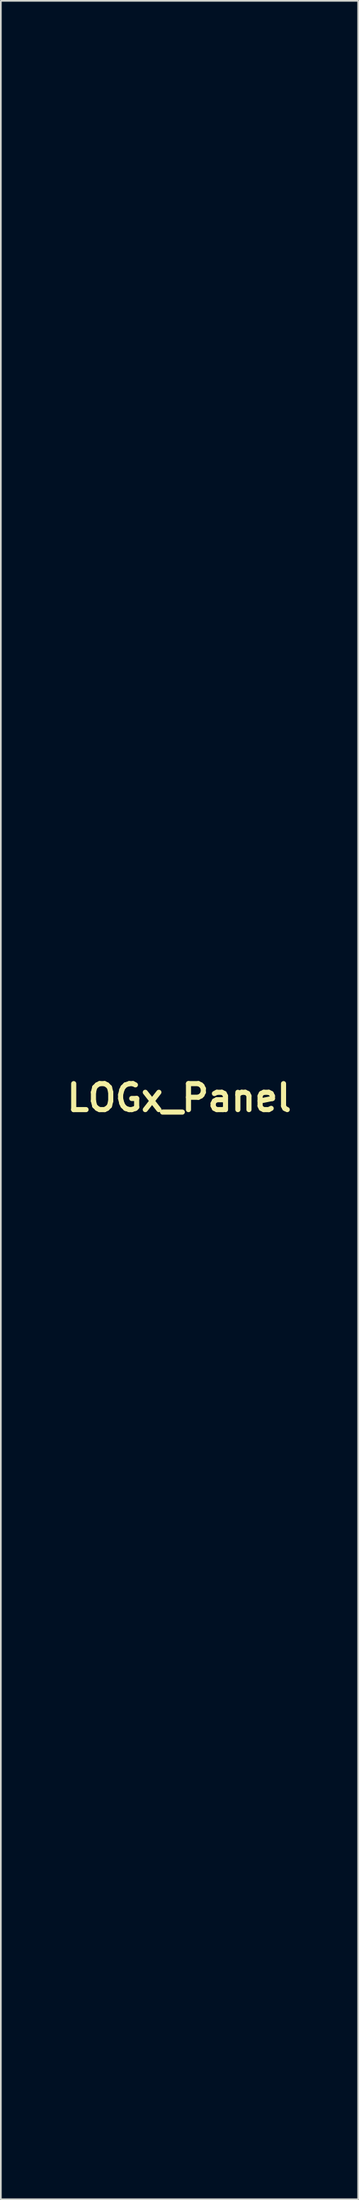
<source format=kicad_pcb>
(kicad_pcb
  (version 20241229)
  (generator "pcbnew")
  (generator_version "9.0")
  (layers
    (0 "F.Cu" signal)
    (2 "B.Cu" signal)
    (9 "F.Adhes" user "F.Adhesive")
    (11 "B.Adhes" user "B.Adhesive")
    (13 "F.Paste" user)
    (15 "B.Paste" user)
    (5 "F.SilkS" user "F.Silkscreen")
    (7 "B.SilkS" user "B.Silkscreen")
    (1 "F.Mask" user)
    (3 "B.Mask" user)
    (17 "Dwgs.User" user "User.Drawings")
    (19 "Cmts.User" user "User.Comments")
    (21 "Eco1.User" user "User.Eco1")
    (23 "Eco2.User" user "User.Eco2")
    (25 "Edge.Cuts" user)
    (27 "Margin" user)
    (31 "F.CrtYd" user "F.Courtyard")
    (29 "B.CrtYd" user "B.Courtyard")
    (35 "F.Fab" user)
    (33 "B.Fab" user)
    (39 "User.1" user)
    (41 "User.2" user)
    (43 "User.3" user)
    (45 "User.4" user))
  (footprint "LOGx_Panel"
    (layer "F.Cu")
    (at 7.488 61.354)
    (property "Reference" "LOGx_Panel" (at 0 0 0) (layer "F.SilkS") (effects (font (size 1.524 1.524) (thickness 0.3))))
    (attr board_only exclude_from_pos_files exclude_from_bom)
    (fp_poly (pts (xy -2.453 -60.902) (xy -7.488 -60.902) (xy -7.488 -61.354) (xy -2.453 -61.354)) (stroke (width 0) (type solid)) (fill yes) (layer "F.Mask"))
    (fp_poly (pts (xy -2.453 61.612) (xy -7.488 61.612) (xy -7.488 61.16) (xy -2.453 61.16)) (stroke (width 0) (type solid)) (fill yes) (layer "F.Mask"))
    (fp_poly (pts (xy 7.52 -60.902) (xy 2.485 -60.902) (xy 2.485 -61.354) (xy 7.52 -61.354)) (stroke (width 0) (type solid)) (fill yes) (layer "F.Mask"))
    (fp_poly (pts (xy 7.52 61.612) (xy 2.485 61.612) (xy 2.485 61.16) (xy 7.52 61.16)) (stroke (width 0) (type solid)) (fill yes) (layer "F.Mask"))
    (fp_poly (pts (xy -5.842 -54.931) (xy -3.873 -54.931) (xy -3.873 -54.415) (xy -6.487 -54.415) (xy -6.487 -57.094) (xy -5.842 -57.094)) (stroke (width 0) (type solid)) (fill yes) (layer "F.Mask"))
    (fp_poly (pts (xy 3.26 -4.26) (xy 2.485 -4.26) (xy 2.485 -2.872) (xy 2.098 -2.872) (xy 2.098 -4.26) (xy 1.323 -4.26) (xy 1.323 -4.551) (xy 3.26 -4.551)) (stroke (width 0) (type solid)) (fill yes) (layer "F.Mask"))
    (fp_poly (pts (xy 3.26 48.638) (xy 2.485 48.638) (xy 2.485 50.025) (xy 2.098 50.025) (xy 2.098 48.638) (xy 1.323 48.638) (xy 1.323 48.347) (xy 3.26 48.347)) (stroke (width 0) (type solid)) (fill yes) (layer "F.Mask"))
    (fp_poly (pts (xy -2.566 -29.854) (xy -2.406 -29.692) (xy -2.817 -29.28) (xy -3.227 -28.869) (xy -3.227 -25.416) (xy -2.244 -24.432) (xy -1.26 -23.449) (xy -1.411 -23.295) (xy -1.49 -23.217) (xy -1.551 -23.162) (xy -1.58 -23.141) (xy -1.606 -23.163) (xy -1.673 -23.226) (xy -1.776 -23.326) (xy -1.91 -23.458) (xy -2.072 -23.618) (xy -2.256 -23.801) (xy -2.459 -24.002) (xy -2.639 -24.182) (xy -3.679 -25.223) (xy -3.679 -29.064) (xy -3.202 -29.54) (xy -2.726 -30.016)) (stroke (width 0) (type solid)) (fill yes) (layer "F.Mask"))
    (fp_poly (pts (xy -2.566 23.044) (xy -2.406 23.206) (xy -2.817 23.618) (xy -3.227 24.029) (xy -3.227 27.482) (xy -2.244 28.466) (xy -1.26 29.449) (xy -1.411 29.603) (xy -1.49 29.681) (xy -1.551 29.736) (xy -1.58 29.757) (xy -1.606 29.735) (xy -1.673 29.672) (xy -1.776 29.572) (xy -1.91 29.44) (xy -2.072 29.28) (xy -2.256 29.097) (xy -2.459 28.896) (xy -2.639 28.716) (xy -3.679 27.675) (xy -3.679 23.834) (xy -3.202 23.358) (xy -2.726 22.882)) (stroke (width 0) (type solid)) (fill yes) (layer "F.Mask"))
    (fp_poly (pts (xy 0.258 -16.29) (xy 0.637 -16.765) (xy 1.017 -17.241) (xy 1.026 -16.898) (xy 1.035 -16.555) (xy 0.547 -15.943) (xy 0.411 -15.773) (xy 0.287 -15.621) (xy 0.181 -15.494) (xy 0.099 -15.399) (xy 0.048 -15.343) (xy 0.032 -15.33) (xy 0.005 -15.355) (xy -0.056 -15.423) (xy -0.145 -15.528) (xy -0.256 -15.663) (xy -0.385 -15.821) (xy -0.483 -15.943) (xy -0.97 -16.555) (xy -0.952 -17.241) (xy -0.573 -16.765) (xy -0.194 -16.29) (xy -0.194 -19.72) (xy 0.258 -19.72)) (stroke (width 0) (type solid)) (fill yes) (layer "F.Mask"))
    (fp_poly (pts (xy 0.258 36.608) (xy 0.637 36.133) (xy 1.017 35.657) (xy 1.026 36) (xy 1.035 36.342) (xy 0.547 36.955) (xy 0.411 37.125) (xy 0.287 37.277) (xy 0.181 37.404) (xy 0.099 37.499) (xy 0.048 37.555) (xy 0.032 37.567) (xy 0.005 37.543) (xy -0.056 37.475) (xy -0.145 37.37) (xy -0.256 37.235) (xy -0.385 37.077) (xy -0.483 36.955) (xy -0.97 36.342) (xy -0.952 35.657) (xy -0.573 36.133) (xy -0.194 36.608) (xy -0.194 33.178) (xy 0.258 33.178)) (stroke (width 0) (type solid)) (fill yes) (layer "F.Mask"))
    (fp_poly (pts (xy 4.099 12.7) (xy 5.358 13.958) (xy 5.358 26.03) (xy 3.494 27.893) (xy 3.206 28.181) (xy 2.932 28.455) (xy 2.674 28.711) (xy 2.436 28.948) (xy 2.221 29.161) (xy 2.034 29.347) (xy 1.876 29.502) (xy 1.752 29.624) (xy 1.666 29.708) (xy 1.619 29.752) (xy 1.612 29.757) (xy 1.583 29.736) (xy 1.522 29.68) (xy 1.444 29.603) (xy 1.292 29.449) (xy 4.906 25.836) (xy 4.906 14.12) (xy 3.72 12.934) (xy 2.534 11.748) (xy 2.84 11.442)) (stroke (width 0) (type solid)) (fill yes) (layer "F.Mask"))
    (fp_poly (pts (xy 4.099 -40.198) (xy 5.358 -38.939) (xy 5.358 -26.868) (xy 3.494 -25.005) (xy 3.206 -24.717) (xy 2.932 -24.443) (xy 2.674 -24.186) (xy 2.436 -23.95) (xy 2.221 -23.737) (xy 2.034 -23.551) (xy 1.876 -23.396) (xy 1.752 -23.274) (xy 1.666 -23.19) (xy 1.619 -23.146) (xy 1.612 -23.141) (xy 1.583 -23.162) (xy 1.522 -23.218) (xy 1.444 -23.295) (xy 1.292 -23.449) (xy 3.099 -25.255) (xy 4.906 -27.062) (xy 4.906 -38.777) (xy 3.72 -39.964) (xy 2.534 -41.15) (xy 2.84 -41.456)) (stroke (width 0) (type solid)) (fill yes) (layer "F.Mask"))
    (fp_poly (pts (xy 6.196 -56.107) (xy 5.696 -55.604) (xy 6.304 -55.01) (xy 6.911 -54.415) (xy 6.181 -54.415) (xy 5.333 -55.22) (xy 4.577 -54.415) (xy 3.922 -54.415) (xy 4.261 -54.762) (xy 4.402 -54.906) (xy 4.548 -55.056) (xy 4.682 -55.195) (xy 4.79 -55.307) (xy 4.806 -55.324) (xy 5.012 -55.539) (xy 3.921 -56.607) (xy 4.639 -56.609) (xy 4.995 -56.271) (xy 5.119 -56.153) (xy 5.227 -56.053) (xy 5.31 -55.979) (xy 5.359 -55.938) (xy 5.369 -55.932) (xy 5.396 -55.954) (xy 5.46 -56.014) (xy 5.552 -56.104) (xy 5.663 -56.217) (xy 5.716 -56.271) (xy 6.045 -56.609) (xy 6.696 -56.609)) (stroke (width 0) (type solid)) (fill yes) (layer "F.Mask"))
    (fp_poly (pts (xy -0.516 -3.195) (xy 0.581 -3.195) (xy 0.581 -4.551) (xy 1.006 -4.551) (xy 0.994 -3.816) (xy 0.989 -3.602) (xy 0.983 -3.408) (xy 0.975 -3.242) (xy 0.967 -3.117) (xy 0.959 -3.041) (xy 0.955 -3.025) (xy 0.927 -2.978) (xy 0.886 -2.942) (xy 0.824 -2.915) (xy 0.734 -2.896) (xy 0.607 -2.883) (xy 0.436 -2.876) (xy 0.214 -2.873) (xy 0.042 -2.873) (xy -0.224 -2.875) (xy -0.431 -2.879) (xy -0.583 -2.887) (xy -0.684 -2.898) (xy -0.741 -2.913) (xy -0.742 -2.914) (xy -0.791 -2.943) (xy -0.829 -2.981) (xy -0.857 -3.034) (xy -0.877 -3.111) (xy -0.891 -3.221) (xy -0.898 -3.371) (xy -0.902 -3.569) (xy -0.903 -3.824) (xy -0.903 -3.833) (xy -0.904 -4.551) (xy -0.516 -4.551)) (stroke (width 0) (type solid)) (fill yes) (layer "F.Mask"))
    (fp_poly (pts (xy -0.516 49.703) (xy 0.581 49.703) (xy 0.581 48.347) (xy 1.006 48.347) (xy 0.994 49.081) (xy 0.989 49.296) (xy 0.983 49.49) (xy 0.975 49.655) (xy 0.967 49.781) (xy 0.959 49.857) (xy 0.955 49.873) (xy 0.927 49.92) (xy 0.886 49.956) (xy 0.824 49.983) (xy 0.734 50.002) (xy 0.607 50.015) (xy 0.436 50.022) (xy 0.214 50.025) (xy 0.042 50.025) (xy -0.224 50.023) (xy -0.431 50.019) (xy -0.583 50.011) (xy -0.684 50) (xy -0.741 49.984) (xy -0.742 49.984) (xy -0.791 49.955) (xy -0.829 49.917) (xy -0.857 49.864) (xy -0.877 49.786) (xy -0.891 49.677) (xy -0.898 49.527) (xy -0.902 49.329) (xy -0.903 49.074) (xy -0.903 49.065) (xy -0.904 48.347) (xy -0.516 48.347)) (stroke (width 0) (type solid)) (fill yes) (layer "F.Mask"))
    (fp_poly (pts (xy -5.471 -44.698) (xy -4.998 -43.86) (xy -4.525 -43.022) (xy -4.969 -43.022) (xy -5.165 -43.409) (xy -6.217 -43.409) (xy -6.31 -43.216) (xy -6.402 -43.022) (xy -6.806 -43.022) (xy -6.547 -43.482) (xy -6.437 -43.677) (xy -6.411 -43.724) (xy -6.03 -43.724) (xy -6.004 -43.715) (xy -5.927 -43.706) (xy -5.809 -43.701) (xy -5.685 -43.7) (xy -5.329 -43.7) (xy -5.477 -43.982) (xy -5.544 -44.107) (xy -5.604 -44.213) (xy -5.647 -44.284) (xy -5.661 -44.304) (xy -5.686 -44.309) (xy -5.721 -44.276) (xy -5.773 -44.198) (xy -5.847 -44.068) (xy -5.858 -44.047) (xy -5.926 -43.921) (xy -5.982 -43.817) (xy -6.019 -43.747) (xy -6.03 -43.724) (xy -6.411 -43.724) (xy -6.317 -43.891) (xy -6.199 -44.101) (xy -6.097 -44.283) (xy -6.075 -44.321) (xy -5.862 -44.7)) (stroke (width 0) (type solid)) (fill yes) (layer "F.Mask"))
    (fp_poly (pts (xy -5.471 8.2) (xy -4.998 9.038) (xy -4.525 9.876) (xy -4.969 9.876) (xy -5.165 9.489) (xy -6.217 9.489) (xy -6.31 9.682) (xy -6.402 9.876) (xy -6.806 9.876) (xy -6.547 9.416) (xy -6.437 9.22) (xy -6.411 9.173) (xy -6.03 9.173) (xy -6.004 9.183) (xy -5.927 9.191) (xy -5.809 9.197) (xy -5.685 9.198) (xy -5.329 9.198) (xy -5.477 8.916) (xy -5.544 8.791) (xy -5.604 8.685) (xy -5.647 8.614) (xy -5.661 8.594) (xy -5.686 8.588) (xy -5.721 8.622) (xy -5.773 8.7) (xy -5.847 8.829) (xy -5.858 8.851) (xy -5.926 8.977) (xy -5.982 9.081) (xy -6.019 9.151) (xy -6.03 9.173) (xy -6.411 9.173) (xy -6.317 9.006) (xy -6.199 8.797) (xy -6.097 8.615) (xy -6.075 8.577) (xy -5.862 8.198)) (stroke (width 0) (type solid)) (fill yes) (layer "F.Mask"))
    (fp_poly (pts (xy -2.24 -4.544) (xy -1.984 -4.541) (xy -1.784 -4.538) (xy -1.633 -4.534) (xy -1.523 -4.529) (xy -1.446 -4.521) (xy -1.394 -4.51) (xy -1.359 -4.496) (xy -1.334 -4.478) (xy -1.316 -4.461) (xy -1.292 -4.434) (xy -1.273 -4.404) (xy -1.26 -4.361) (xy -1.251 -4.297) (xy -1.246 -4.201) (xy -1.244 -4.066) (xy -1.243 -3.882) (xy -1.243 -3.712) (xy -1.243 -3.486) (xy -1.244 -3.316) (xy -1.247 -3.193) (xy -1.253 -3.106) (xy -1.263 -3.049) (xy -1.278 -3.01) (xy -1.298 -2.982) (xy -1.316 -2.962) (xy -1.34 -2.94) (xy -1.367 -2.923) (xy -1.406 -2.909) (xy -1.464 -2.9) (xy -1.549 -2.893) (xy -1.669 -2.888) (xy -1.833 -2.884) (xy -2.047 -2.881) (xy -2.24 -2.879) (xy -3.091 -2.869) (xy -3.276 -3.028) (xy -3.276 -3.195) (xy -2.905 -3.195) (xy -1.614 -3.195) (xy -1.614 -4.26) (xy -2.905 -4.26) (xy -2.905 -3.195) (xy -3.276 -3.195) (xy -3.276 -4.395) (xy -3.091 -4.554)) (stroke (width 0) (type solid)) (fill yes) (layer "F.Mask"))
    (fp_poly (pts (xy -2.24 48.354) (xy -1.984 48.357) (xy -1.784 48.36) (xy -1.633 48.364) (xy -1.523 48.369) (xy -1.446 48.377) (xy -1.394 48.387) (xy -1.359 48.402) (xy -1.334 48.42) (xy -1.316 48.437) (xy -1.292 48.463) (xy -1.273 48.494) (xy -1.26 48.537) (xy -1.251 48.601) (xy -1.246 48.697) (xy -1.244 48.832) (xy -1.243 49.016) (xy -1.243 49.186) (xy -1.243 49.412) (xy -1.244 49.582) (xy -1.247 49.705) (xy -1.253 49.791) (xy -1.263 49.849) (xy -1.278 49.888) (xy -1.298 49.916) (xy -1.316 49.936) (xy -1.34 49.958) (xy -1.367 49.975) (xy -1.406 49.988) (xy -1.464 49.998) (xy -1.549 50.005) (xy -1.669 50.01) (xy -1.833 50.014) (xy -2.047 50.017) (xy -2.24 50.019) (xy -3.091 50.028) (xy -3.276 49.87) (xy -3.276 49.703) (xy -2.905 49.703) (xy -1.614 49.703) (xy -1.614 48.638) (xy -2.905 48.638) (xy -2.905 49.703) (xy -3.276 49.703) (xy -3.276 48.503) (xy -3.091 48.344)) (stroke (width 0) (type solid)) (fill yes) (layer "F.Mask"))
    (fp_poly (pts (xy -5.53 -33.243) (xy -5.338 -33.242) (xy -5.194 -33.239) (xy -5.089 -33.235) (xy -5.016 -33.227) (xy -4.966 -33.216) (xy -4.931 -33.201) (xy -4.902 -33.181) (xy -4.886 -33.167) (xy -4.831 -33.107) (xy -4.8 -33.03) (xy -4.784 -32.914) (xy -4.784 -32.911) (xy -4.779 -32.75) (xy -4.797 -32.636) (xy -4.844 -32.556) (xy -4.915 -32.5) (xy -4.972 -32.46) (xy -4.988 -32.438) (xy -4.983 -32.436) (xy -4.938 -32.415) (xy -4.874 -32.363) (xy -4.862 -32.351) (xy -4.817 -32.3) (xy -4.792 -32.245) (xy -4.78 -32.167) (xy -4.777 -32.047) (xy -4.777 -32.026) (xy -4.779 -31.899) (xy -4.789 -31.798) (xy -4.815 -31.72) (xy -4.862 -31.661) (xy -4.937 -31.62) (xy -5.047 -31.592) (xy -5.197 -31.576) (xy -5.396 -31.567) (xy -5.649 -31.565) (xy -5.825 -31.564) (xy -6.584 -31.564) (xy -6.584 -31.855) (xy -6.197 -31.855) (xy -5.727 -31.855) (xy -5.551 -31.857) (xy -5.397 -31.863) (xy -5.277 -31.873) (xy -5.205 -31.884) (xy -5.194 -31.888) (xy -5.154 -31.926) (xy -5.135 -31.994) (xy -5.132 -32.081) (xy -5.138 -32.186) (xy -5.161 -32.246) (xy -5.194 -32.273) (xy -5.248 -32.286) (xy -5.354 -32.296) (xy -5.499 -32.303) (xy -5.669 -32.306) (xy -5.727 -32.307) (xy -6.197 -32.307) (xy -6.197 -31.855) (xy -6.584 -31.855) (xy -6.584 -32.597) (xy -6.197 -32.597) (xy -5.703 -32.597) (xy -5.482 -32.599) (xy -5.322 -32.606) (xy -5.22 -32.618) (xy -5.171 -32.635) (xy -5.17 -32.636) (xy -5.143 -32.694) (xy -5.132 -32.775) (xy -5.135 -32.838) (xy -5.152 -32.885) (xy -5.19 -32.916) (xy -5.258 -32.936) (xy -5.367 -32.947) (xy -5.523 -32.951) (xy -5.703 -32.952) (xy -6.197 -32.952) (xy -6.197 -32.597) (xy -6.584 -32.597) (xy -6.584 -33.243) (xy -5.779 -33.243)) (stroke (width 0) (type solid)) (fill yes) (layer "F.Mask"))
    (fp_poly (pts (xy -5.53 19.655) (xy -5.338 19.656) (xy -5.194 19.659) (xy -5.089 19.663) (xy -5.016 19.671) (xy -4.966 19.681) (xy -4.931 19.697) (xy -4.902 19.717) (xy -4.886 19.73) (xy -4.831 19.791) (xy -4.8 19.868) (xy -4.784 19.984) (xy -4.784 19.987) (xy -4.779 20.148) (xy -4.797 20.262) (xy -4.844 20.342) (xy -4.915 20.398) (xy -4.972 20.438) (xy -4.988 20.46) (xy -4.983 20.462) (xy -4.938 20.483) (xy -4.874 20.535) (xy -4.862 20.547) (xy -4.817 20.598) (xy -4.792 20.653) (xy -4.78 20.731) (xy -4.777 20.851) (xy -4.777 20.872) (xy -4.779 20.999) (xy -4.789 21.1) (xy -4.815 21.178) (xy -4.862 21.237) (xy -4.937 21.278) (xy -5.047 21.306) (xy -5.197 21.322) (xy -5.396 21.33) (xy -5.649 21.333) (xy -5.825 21.333) (xy -6.584 21.333) (xy -6.584 21.043) (xy -6.197 21.043) (xy -5.727 21.043) (xy -5.551 21.041) (xy -5.397 21.035) (xy -5.277 21.025) (xy -5.205 21.014) (xy -5.194 21.01) (xy -5.154 20.972) (xy -5.135 20.904) (xy -5.132 20.817) (xy -5.138 20.712) (xy -5.161 20.652) (xy -5.194 20.625) (xy -5.248 20.612) (xy -5.354 20.602) (xy -5.499 20.595) (xy -5.669 20.591) (xy -5.727 20.591) (xy -6.197 20.591) (xy -6.197 21.043) (xy -6.584 21.043) (xy -6.584 20.301) (xy -6.197 20.301) (xy -5.703 20.301) (xy -5.482 20.298) (xy -5.322 20.292) (xy -5.22 20.28) (xy -5.171 20.263) (xy -5.17 20.262) (xy -5.143 20.204) (xy -5.132 20.123) (xy -5.135 20.059) (xy -5.152 20.013) (xy -5.19 19.981) (xy -5.258 19.962) (xy -5.367 19.951) (xy -5.523 19.946) (xy -5.703 19.946) (xy -6.197 19.946) (xy -6.197 20.301) (xy -6.584 20.301) (xy -6.584 19.655) (xy -5.779 19.655)) (stroke (width 0) (type solid)) (fill yes) (layer "F.Mask"))
    (fp_poly (pts (xy -2.223 -57.09) (xy -1.918 -57.088) (xy -1.81 -57.087) (xy -1.487 -57.084) (xy -1.223 -57.082) (xy -1.01 -57.079) (xy -0.843 -57.076) (xy -0.715 -57.071) (xy -0.62 -57.065) (xy -0.552 -57.057) (xy -0.504 -57.047) (xy -0.47 -57.035) (xy -0.444 -57.02) (xy -0.43 -57.011) (xy -0.375 -56.968) (xy -0.331 -56.926) (xy -0.297 -56.875) (xy -0.271 -56.81) (xy -0.252 -56.723) (xy -0.24 -56.607) (xy -0.233 -56.454) (xy -0.23 -56.259) (xy -0.231 -56.012) (xy -0.233 -55.72) (xy -0.236 -55.425) (xy -0.24 -55.187) (xy -0.245 -54.999) (xy -0.254 -54.854) (xy -0.267 -54.745) (xy -0.285 -54.665) (xy -0.31 -54.607) (xy -0.343 -54.563) (xy -0.386 -54.527) (xy -0.439 -54.49) (xy -0.443 -54.488) (xy -0.469 -54.473) (xy -0.505 -54.462) (xy -0.557 -54.452) (xy -0.63 -54.444) (xy -0.731 -54.438) (xy -0.867 -54.434) (xy -1.043 -54.43) (xy -1.265 -54.427) (xy -1.541 -54.425) (xy -1.822 -54.423) (xy -2.147 -54.421) (xy -2.413 -54.42) (xy -2.628 -54.42) (xy -2.798 -54.421) (xy -2.93 -54.424) (xy -3.029 -54.429) (xy -3.104 -54.436) (xy -3.159 -54.446) (xy -3.202 -54.458) (xy -3.24 -54.472) (xy -3.25 -54.477) (xy -3.316 -54.509) (xy -3.369 -54.542) (xy -3.411 -54.584) (xy -3.443 -54.641) (xy -3.467 -54.72) (xy -3.483 -54.829) (xy -3.49 -54.931) (xy -2.872 -54.931) (xy -0.839 -54.931) (xy -0.839 -56.609) (xy -2.872 -56.609) (xy -2.872 -54.931) (xy -3.49 -54.931) (xy -3.493 -54.972) (xy -3.499 -55.159) (xy -3.501 -55.395) (xy -3.502 -55.687) (xy -3.502 -55.754) (xy -3.501 -56.059) (xy -3.5 -56.306) (xy -3.495 -56.502) (xy -3.485 -56.654) (xy -3.47 -56.769) (xy -3.448 -56.854) (xy -3.418 -56.915) (xy -3.377 -56.959) (xy -3.325 -56.993) (xy -3.261 -57.025) (xy -3.242 -57.033) (xy -3.203 -57.049) (xy -3.161 -57.062) (xy -3.109 -57.072) (xy -3.041 -57.08) (xy -2.95 -57.085) (xy -2.829 -57.089) (xy -2.672 -57.09) (xy -2.472 -57.091)) (stroke (width 0) (type solid)) (fill yes) (layer "F.Mask"))
    (fp_poly (pts (xy 1.358 -57.091) (xy 1.614 -57.089) (xy 1.928 -57.087) (xy 1.928 -57.087) (xy 2.243 -57.084) (xy 2.499 -57.081) (xy 2.705 -57.078) (xy 2.865 -57.074) (xy 2.987 -57.069) (xy 3.078 -57.062) (xy 3.143 -57.053) (xy 3.19 -57.043) (xy 3.224 -57.029) (xy 3.248 -57.016) (xy 3.359 -56.913) (xy 3.428 -56.764) (xy 3.453 -56.581) (xy 3.453 -56.576) (xy 3.452 -56.484) (xy 3.448 -56.426) (xy 3.445 -56.416) (xy 3.412 -56.41) (xy 3.33 -56.397) (xy 3.215 -56.377) (xy 3.163 -56.367) (xy 3.036 -56.345) (xy 2.934 -56.329) (xy 2.873 -56.32) (xy 2.864 -56.319) (xy 2.85 -56.348) (xy 2.841 -56.421) (xy 2.84 -56.464) (xy 2.84 -56.609) (xy 0.936 -56.609) (xy 0.936 -54.931) (xy 2.84 -54.931) (xy 2.84 -55.512) (xy 1.84 -55.512) (xy 1.84 -55.964) (xy 3.453 -55.964) (xy 3.453 -55.384) (xy 3.451 -55.134) (xy 3.444 -54.94) (xy 3.429 -54.792) (xy 3.404 -54.683) (xy 3.368 -54.603) (xy 3.319 -54.543) (xy 3.254 -54.496) (xy 3.251 -54.494) (xy 3.221 -54.478) (xy 3.185 -54.464) (xy 3.137 -54.454) (xy 3.07 -54.445) (xy 2.978 -54.439) (xy 2.854 -54.434) (xy 2.692 -54.43) (xy 2.484 -54.427) (xy 2.225 -54.425) (xy 1.92 -54.423) (xy 1.605 -54.421) (xy 1.347 -54.42) (xy 1.141 -54.42) (xy 0.978 -54.422) (xy 0.853 -54.425) (xy 0.76 -54.43) (xy 0.69 -54.438) (xy 0.637 -54.448) (xy 0.596 -54.461) (xy 0.559 -54.477) (xy 0.493 -54.509) (xy 0.439 -54.542) (xy 0.397 -54.584) (xy 0.365 -54.641) (xy 0.342 -54.72) (xy 0.326 -54.829) (xy 0.315 -54.972) (xy 0.31 -55.159) (xy 0.307 -55.395) (xy 0.307 -55.687) (xy 0.307 -55.754) (xy 0.307 -56.059) (xy 0.309 -56.306) (xy 0.314 -56.502) (xy 0.323 -56.654) (xy 0.338 -56.769) (xy 0.36 -56.854) (xy 0.391 -56.915) (xy 0.431 -56.959) (xy 0.483 -56.993) (xy 0.548 -57.025) (xy 0.567 -57.033) (xy 0.607 -57.049) (xy 0.65 -57.063) (xy 0.703 -57.073) (xy 0.773 -57.081) (xy 0.867 -57.086) (xy 0.991 -57.089) (xy 1.152 -57.091)) (stroke (width 0) (type solid)) (fill yes) (layer "F.Mask")))
  (gr_rect
    (start -3 -3)
    (end 18.008 125.966)
    (stroke (width 0.1) (type default))
    (fill no)
    (layer "Edge.Cuts")))
</source>
